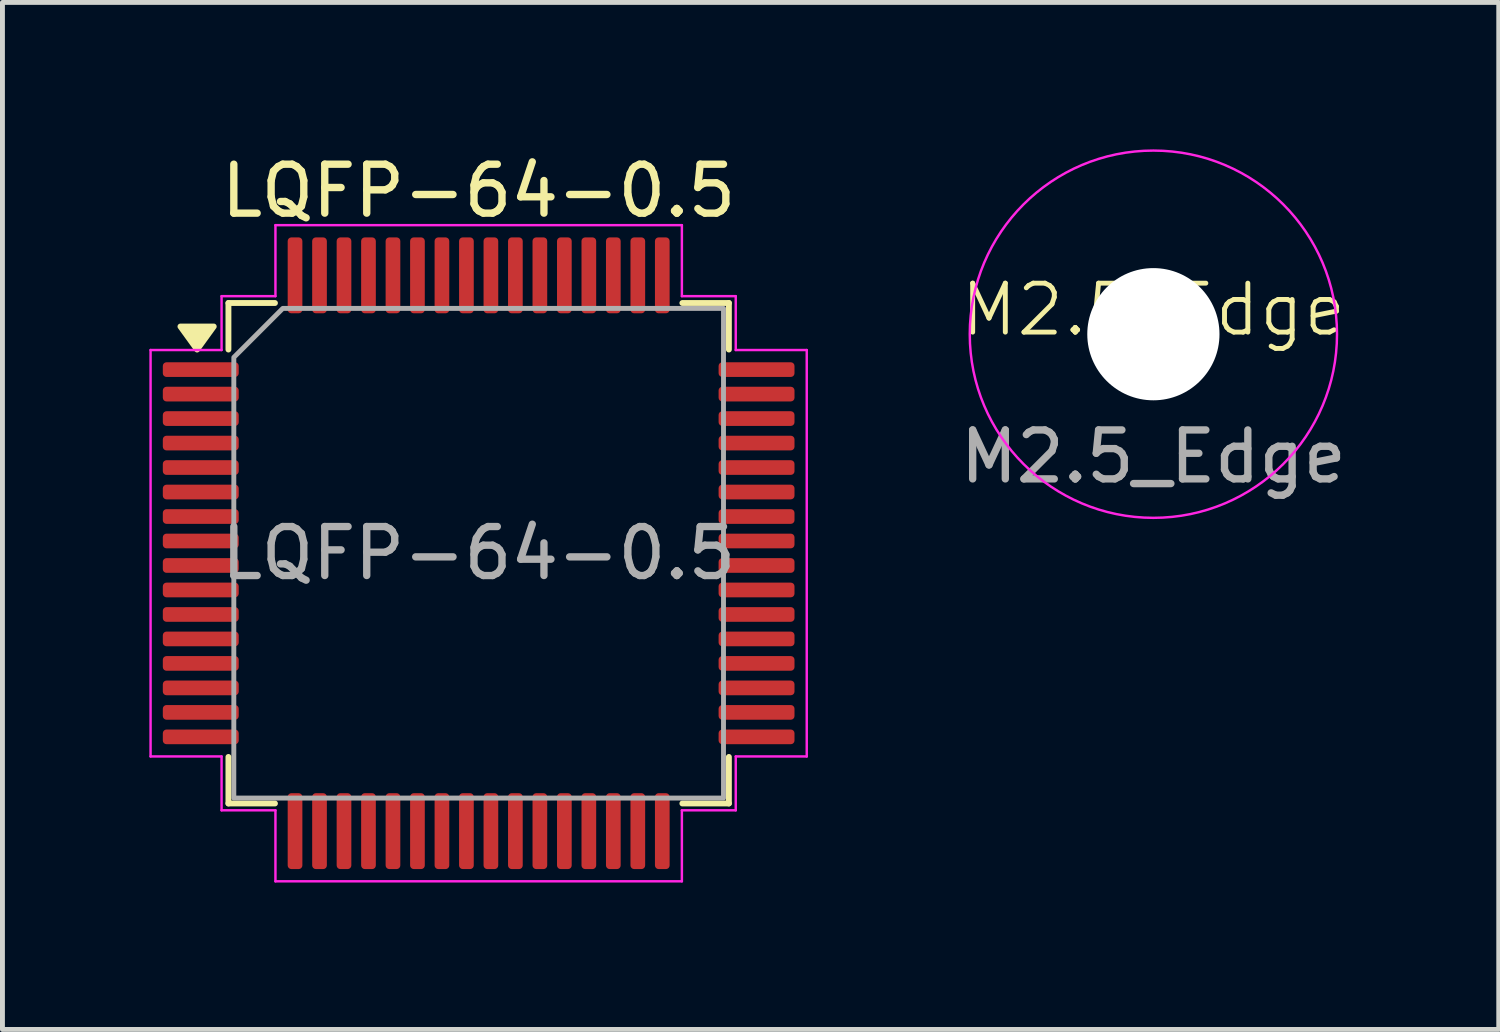
<source format=kicad_pcb>
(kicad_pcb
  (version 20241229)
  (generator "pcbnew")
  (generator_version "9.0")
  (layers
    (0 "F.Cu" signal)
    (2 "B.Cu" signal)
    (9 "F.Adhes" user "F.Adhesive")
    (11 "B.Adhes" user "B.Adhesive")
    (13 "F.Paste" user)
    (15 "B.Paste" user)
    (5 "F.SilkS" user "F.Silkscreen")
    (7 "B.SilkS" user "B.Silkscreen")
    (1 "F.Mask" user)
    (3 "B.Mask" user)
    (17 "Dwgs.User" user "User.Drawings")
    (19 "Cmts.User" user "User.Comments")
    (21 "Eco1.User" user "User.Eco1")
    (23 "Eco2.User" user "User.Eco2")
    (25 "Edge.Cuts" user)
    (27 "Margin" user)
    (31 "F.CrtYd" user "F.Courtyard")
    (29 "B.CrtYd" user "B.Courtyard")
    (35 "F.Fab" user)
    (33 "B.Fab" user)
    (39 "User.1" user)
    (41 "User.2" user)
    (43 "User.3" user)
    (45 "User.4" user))
  (footprint "M2.5_Edge"
    (layer "F.Cu")
    (at 20.504 3.775)
    (property "Reference" "M2.5_Edge" (at 0 -0.5 0) (unlocked yes) (layer "F.SilkS") (effects (font (size 1 1) (thickness 0.1))))
    (attr smd)
    (fp_circle (center 0 0) (end 3.75 0) (stroke (width 0.05) (type default)) (fill no) (layer "F.CrtYd"))
    (fp_text user "${REFERENCE}" (at 0 2.5 0) (unlocked yes) (layer "F.Fab") (effects (font (size 1 1) (thickness 0.15))))
    (pad "" np_thru_hole circle (at 0 0) (size 2.7 2.7) (drill 2.7) (layers "*.Cu" "*.Mask")))
  (footprint "LQFP-64-0.5"
    (layer "F.Cu")
    (at 6.725 8.248)
    (property "Reference" "LQFP-64-0.5" (at 0 -7.4 0) (layer "F.SilkS") (effects (font (size 1 1) (thickness 0.15))))
    (attr smd)
    (fp_line (start -5.11 -5.11) (end -4.16 -5.11) (stroke (width 0.12) (type solid)) (layer "F.SilkS"))
    (fp_line (start -5.11 -4.16) (end -5.11 -5.11) (stroke (width 0.12) (type solid)) (layer "F.SilkS"))
    (fp_line (start -5.11 5.11) (end -5.11 4.16) (stroke (width 0.12) (type solid)) (layer "F.SilkS"))
    (fp_line (start -4.16 5.11) (end -5.11 5.11) (stroke (width 0.12) (type solid)) (layer "F.SilkS"))
    (fp_line (start 4.16 -5.11) (end 5.11 -5.11) (stroke (width 0.12) (type solid)) (layer "F.SilkS"))
    (fp_line (start 5.11 -5.11) (end 5.11 -4.16) (stroke (width 0.12) (type solid)) (layer "F.SilkS"))
    (fp_line (start 5.11 4.16) (end 5.11 5.11) (stroke (width 0.12) (type solid)) (layer "F.SilkS"))
    (fp_line (start 5.11 5.11) (end 4.16 5.11) (stroke (width 0.12) (type solid)) (layer "F.SilkS"))
    (fp_poly (pts (xy -5.75 -4.16) (xy -6.09 -4.63) (xy -5.41 -4.63)) (stroke (width 0.12) (type solid)) (fill yes) (layer "F.SilkS"))
    (fp_rect (start -6.375 -3.675) (end -5.375 -3.825) (stroke (width 0.15) (type solid)) (fill yes) (layer "F.Paste"))
    (fp_rect (start -6.375 -3.175) (end -5.375 -3.325) (stroke (width 0.15) (type solid)) (fill yes) (layer "F.Paste"))
    (fp_rect (start -6.375 -2.675) (end -5.375 -2.825) (stroke (width 0.15) (type solid)) (fill yes) (layer "F.Paste"))
    (fp_rect (start -6.375 -2.175) (end -5.375 -2.325) (stroke (width 0.15) (type solid)) (fill yes) (layer "F.Paste"))
    (fp_rect (start -6.375 -1.675) (end -5.375 -1.825) (stroke (width 0.15) (type solid)) (fill yes) (layer "F.Paste"))
    (fp_rect (start -6.375 -1.175) (end -5.375 -1.325) (stroke (width 0.15) (type solid)) (fill yes) (layer "F.Paste"))
    (fp_rect (start -6.375 -0.675) (end -5.375 -0.825) (stroke (width 0.15) (type solid)) (fill yes) (layer "F.Paste"))
    (fp_rect (start -6.375 -0.175) (end -5.375 -0.325) (stroke (width 0.15) (type solid)) (fill yes) (layer "F.Paste"))
    (fp_rect (start -6.375 0.325) (end -5.375 0.175) (stroke (width 0.15) (type solid)) (fill yes) (layer "F.Paste"))
    (fp_rect (start -6.375 0.825) (end -5.375 0.675) (stroke (width 0.15) (type solid)) (fill yes) (layer "F.Paste"))
    (fp_rect (start -6.375 1.325) (end -5.375 1.175) (stroke (width 0.15) (type solid)) (fill yes) (layer "F.Paste"))
    (fp_rect (start -6.375 1.825) (end -5.375 1.675) (stroke (width 0.15) (type solid)) (fill yes) (layer "F.Paste"))
    (fp_rect (start -6.375 2.325) (end -5.375 2.175) (stroke (width 0.15) (type solid)) (fill yes) (layer "F.Paste"))
    (fp_rect (start -6.375 2.825) (end -5.375 2.675) (stroke (width 0.15) (type solid)) (fill yes) (layer "F.Paste"))
    (fp_rect (start -6.375 3.325) (end -5.375 3.175) (stroke (width 0.15) (type solid)) (fill yes) (layer "F.Paste"))
    (fp_rect (start -6.375 3.825) (end -5.375 3.675) (stroke (width 0.15) (type solid)) (fill yes) (layer "F.Paste"))
    (fp_rect (start -3.825 -6.375) (end -3.675 -5.375) (stroke (width 0.15) (type solid)) (fill yes) (layer "F.Paste"))
    (fp_rect (start -3.675 6.375) (end -3.825 5.375) (stroke (width 0.15) (type solid)) (fill yes) (layer "F.Paste"))
    (fp_rect (start -3.325 -6.375) (end -3.175 -5.375) (stroke (width 0.15) (type solid)) (fill yes) (layer "F.Paste"))
    (fp_rect (start -3.175 6.375) (end -3.325 5.375) (stroke (width 0.15) (type solid)) (fill yes) (layer "F.Paste"))
    (fp_rect (start -2.825 -6.375) (end -2.675 -5.375) (stroke (width 0.15) (type solid)) (fill yes) (layer "F.Paste"))
    (fp_rect (start -2.675 6.375) (end -2.825 5.375) (stroke (width 0.15) (type solid)) (fill yes) (layer "F.Paste"))
    (fp_rect (start -2.325 -6.375) (end -2.175 -5.375) (stroke (width 0.15) (type solid)) (fill yes) (layer "F.Paste"))
    (fp_rect (start -2.175 6.375) (end -2.325 5.375) (stroke (width 0.15) (type solid)) (fill yes) (layer "F.Paste"))
    (fp_rect (start -1.825 -6.375) (end -1.675 -5.375) (stroke (width 0.15) (type solid)) (fill yes) (layer "F.Paste"))
    (fp_rect (start -1.675 6.375) (end -1.825 5.375) (stroke (width 0.15) (type solid)) (fill yes) (layer "F.Paste"))
    (fp_rect (start -1.325 -6.375) (end -1.175 -5.375) (stroke (width 0.15) (type solid)) (fill yes) (layer "F.Paste"))
    (fp_rect (start -1.175 6.375) (end -1.325 5.375) (stroke (width 0.15) (type solid)) (fill yes) (layer "F.Paste"))
    (fp_rect (start -0.825 -6.375) (end -0.675 -5.375) (stroke (width 0.15) (type solid)) (fill yes) (layer "F.Paste"))
    (fp_rect (start -0.675 6.375) (end -0.825 5.375) (stroke (width 0.15) (type solid)) (fill yes) (layer "F.Paste"))
    (fp_rect (start -0.325 -6.375) (end -0.175 -5.375) (stroke (width 0.15) (type solid)) (fill yes) (layer "F.Paste"))
    (fp_rect (start -0.175 6.375) (end -0.325 5.375) (stroke (width 0.15) (type solid)) (fill yes) (layer "F.Paste"))
    (fp_rect (start 0.175 -6.375) (end 0.325 -5.375) (stroke (width 0.15) (type solid)) (fill yes) (layer "F.Paste"))
    (fp_rect (start 0.325 6.375) (end 0.175 5.375) (stroke (width 0.15) (type solid)) (fill yes) (layer "F.Paste"))
    (fp_rect (start 0.675 -6.375) (end 0.825 -5.375) (stroke (width 0.15) (type solid)) (fill yes) (layer "F.Paste"))
    (fp_rect (start 0.825 6.375) (end 0.675 5.375) (stroke (width 0.15) (type solid)) (fill yes) (layer "F.Paste"))
    (fp_rect (start 1.175 -6.375) (end 1.325 -5.375) (stroke (width 0.15) (type solid)) (fill yes) (layer "F.Paste"))
    (fp_rect (start 1.325 6.375) (end 1.175 5.375) (stroke (width 0.15) (type solid)) (fill yes) (layer "F.Paste"))
    (fp_rect (start 1.675 -6.375) (end 1.825 -5.375) (stroke (width 0.15) (type solid)) (fill yes) (layer "F.Paste"))
    (fp_rect (start 1.825 6.375) (end 1.675 5.375) (stroke (width 0.15) (type solid)) (fill yes) (layer "F.Paste"))
    (fp_rect (start 2.175 -6.375) (end 2.325 -5.375) (stroke (width 0.15) (type solid)) (fill yes) (layer "F.Paste"))
    (fp_rect (start 2.325 6.375) (end 2.175 5.375) (stroke (width 0.15) (type solid)) (fill yes) (layer "F.Paste"))
    (fp_rect (start 2.675 -6.375) (end 2.825 -5.375) (stroke (width 0.15) (type solid)) (fill yes) (layer "F.Paste"))
    (fp_rect (start 2.825 6.375) (end 2.675 5.375) (stroke (width 0.15) (type solid)) (fill yes) (layer "F.Paste"))
    (fp_rect (start 3.175 -6.375) (end 3.325 -5.375) (stroke (width 0.15) (type solid)) (fill yes) (layer "F.Paste"))
    (fp_rect (start 3.325 6.375) (end 3.175 5.375) (stroke (width 0.15) (type solid)) (fill yes) (layer "F.Paste"))
    (fp_rect (start 3.675 -6.375) (end 3.825 -5.375) (stroke (width 0.15) (type solid)) (fill yes) (layer "F.Paste"))
    (fp_rect (start 3.825 6.375) (end 3.675 5.375) (stroke (width 0.15) (type solid)) (fill yes) (layer "F.Paste"))
    (fp_rect (start 6.375 -3.825) (end 5.375 -3.675) (stroke (width 0.15) (type solid)) (fill yes) (layer "F.Paste"))
    (fp_rect (start 6.375 -3.325) (end 5.375 -3.175) (stroke (width 0.15) (type solid)) (fill yes) (layer "F.Paste"))
    (fp_rect (start 6.375 -2.825) (end 5.375 -2.675) (stroke (width 0.15) (type solid)) (fill yes) (layer "F.Paste"))
    (fp_rect (start 6.375 -2.325) (end 5.375 -2.175) (stroke (width 0.15) (type solid)) (fill yes) (layer "F.Paste"))
    (fp_rect (start 6.375 -1.825) (end 5.375 -1.675) (stroke (width 0.15) (type solid)) (fill yes) (layer "F.Paste"))
    (fp_rect (start 6.375 -1.325) (end 5.375 -1.175) (stroke (width 0.15) (type solid)) (fill yes) (layer "F.Paste"))
    (fp_rect (start 6.375 -0.825) (end 5.375 -0.675) (stroke (width 0.15) (type solid)) (fill yes) (layer "F.Paste"))
    (fp_rect (start 6.375 -0.325) (end 5.375 -0.175) (stroke (width 0.15) (type solid)) (fill yes) (layer "F.Paste"))
    (fp_rect (start 6.375 0.175) (end 5.375 0.325) (stroke (width 0.15) (type solid)) (fill yes) (layer "F.Paste"))
    (fp_rect (start 6.375 0.675) (end 5.375 0.825) (stroke (width 0.15) (type solid)) (fill yes) (layer "F.Paste"))
    (fp_rect (start 6.375 1.175) (end 5.375 1.325) (stroke (width 0.15) (type solid)) (fill yes) (layer "F.Paste"))
    (fp_rect (start 6.375 1.675) (end 5.375 1.825) (stroke (width 0.15) (type solid)) (fill yes) (layer "F.Paste"))
    (fp_rect (start 6.375 2.175) (end 5.375 2.325) (stroke (width 0.15) (type solid)) (fill yes) (layer "F.Paste"))
    (fp_rect (start 6.375 2.675) (end 5.375 2.825) (stroke (width 0.15) (type solid)) (fill yes) (layer "F.Paste"))
    (fp_rect (start 6.375 3.175) (end 5.375 3.325) (stroke (width 0.15) (type solid)) (fill yes) (layer "F.Paste"))
    (fp_rect (start 6.375 3.675) (end 5.375 3.825) (stroke (width 0.15) (type solid)) (fill yes) (layer "F.Paste"))
    (fp_line (start -6.7 -4.15) (end -5.25 -4.15) (stroke (width 0.05) (type solid)) (layer "F.CrtYd"))
    (fp_line (start -6.7 4.15) (end -6.7 -4.15) (stroke (width 0.05) (type solid)) (layer "F.CrtYd"))
    (fp_line (start -5.25 -5.25) (end -4.15 -5.25) (stroke (width 0.05) (type solid)) (layer "F.CrtYd"))
    (fp_line (start -5.25 -4.15) (end -5.25 -5.25) (stroke (width 0.05) (type solid)) (layer "F.CrtYd"))
    (fp_line (start -5.25 4.15) (end -6.7 4.15) (stroke (width 0.05) (type solid)) (layer "F.CrtYd"))
    (fp_line (start -5.25 5.25) (end -5.25 4.15) (stroke (width 0.05) (type solid)) (layer "F.CrtYd"))
    (fp_line (start -4.15 -6.7) (end 4.15 -6.7) (stroke (width 0.05) (type solid)) (layer "F.CrtYd"))
    (fp_line (start -4.15 -5.25) (end -4.15 -6.7) (stroke (width 0.05) (type solid)) (layer "F.CrtYd"))
    (fp_line (start -4.15 5.25) (end -5.25 5.25) (stroke (width 0.05) (type solid)) (layer "F.CrtYd"))
    (fp_line (start -4.15 6.7) (end -4.15 5.25) (stroke (width 0.05) (type solid)) (layer "F.CrtYd"))
    (fp_line (start 4.15 -6.7) (end 4.15 -5.25) (stroke (width 0.05) (type solid)) (layer "F.CrtYd"))
    (fp_line (start 4.15 -5.25) (end 5.25 -5.25) (stroke (width 0.05) (type solid)) (layer "F.CrtYd"))
    (fp_line (start 4.15 5.25) (end 4.15 6.7) (stroke (width 0.05) (type solid)) (layer "F.CrtYd"))
    (fp_line (start 4.15 6.7) (end -4.15 6.7) (stroke (width 0.05) (type solid)) (layer "F.CrtYd"))
    (fp_line (start 5.25 -5.25) (end 5.25 -4.15) (stroke (width 0.05) (type solid)) (layer "F.CrtYd"))
    (fp_line (start 5.25 -4.15) (end 6.7 -4.15) (stroke (width 0.05) (type solid)) (layer "F.CrtYd"))
    (fp_line (start 5.25 4.15) (end 5.25 5.25) (stroke (width 0.05) (type solid)) (layer "F.CrtYd"))
    (fp_line (start 5.25 5.25) (end 4.15 5.25) (stroke (width 0.05) (type solid)) (layer "F.CrtYd"))
    (fp_line (start 6.7 -4.15) (end 6.7 4.15) (stroke (width 0.05) (type solid)) (layer "F.CrtYd"))
    (fp_line (start 6.7 4.15) (end 5.25 4.15) (stroke (width 0.05) (type solid)) (layer "F.CrtYd"))
    (fp_poly (pts (xy -5 -4) (xy -5 5) (xy 5 5) (xy 5 -5) (xy -4 -5)) (stroke (width 0.1) (type solid)) (fill no) (layer "F.Fab"))
    (fp_text user "${REFERENCE}" (at 0 0 0) (layer "F.Fab") (effects (font (size 1 1) (thickness 0.15))))
    (pad "1" smd roundrect (at -5.675 -3.75) (size 1.55 0.3) (layers "F.Cu" "F.Mask") (roundrect_rratio 0.25))
    (pad "2" smd roundrect (at -5.675 -3.25) (size 1.55 0.3) (layers "F.Cu" "F.Mask") (roundrect_rratio 0.25))
    (pad "3" smd roundrect (at -5.675 -2.75) (size 1.55 0.3) (layers "F.Cu" "F.Mask") (roundrect_rratio 0.25))
    (pad "4" smd roundrect (at -5.675 -2.25) (size 1.55 0.3) (layers "F.Cu" "F.Mask") (roundrect_rratio 0.25))
    (pad "5" smd roundrect (at -5.675 -1.75) (size 1.55 0.3) (layers "F.Cu" "F.Mask") (roundrect_rratio 0.25))
    (pad "6" smd roundrect (at -5.675 -1.25) (size 1.55 0.3) (layers "F.Cu" "F.Mask") (roundrect_rratio 0.25))
    (pad "7" smd roundrect (at -5.675 -0.75) (size 1.55 0.3) (layers "F.Cu" "F.Mask") (roundrect_rratio 0.25))
    (pad "8" smd roundrect (at -5.675 -0.25) (size 1.55 0.3) (layers "F.Cu" "F.Mask") (roundrect_rratio 0.25))
    (pad "9" smd roundrect (at -5.675 0.25) (size 1.55 0.3) (layers "F.Cu" "F.Mask") (roundrect_rratio 0.25))
    (pad "10" smd roundrect (at -5.675 0.75) (size 1.55 0.3) (layers "F.Cu" "F.Mask") (roundrect_rratio 0.25))
    (pad "11" smd roundrect (at -5.675 1.25) (size 1.55 0.3) (layers "F.Cu" "F.Mask") (roundrect_rratio 0.25))
    (pad "12" smd roundrect (at -5.675 1.75) (size 1.55 0.3) (layers "F.Cu" "F.Mask") (roundrect_rratio 0.25))
    (pad "13" smd roundrect (at -5.675 2.25) (size 1.55 0.3) (layers "F.Cu" "F.Mask") (roundrect_rratio 0.25))
    (pad "14" smd roundrect (at -5.675 2.75) (size 1.55 0.3) (layers "F.Cu" "F.Mask") (roundrect_rratio 0.25))
    (pad "15" smd roundrect (at -5.675 3.25) (size 1.55 0.3) (layers "F.Cu" "F.Mask") (roundrect_rratio 0.25))
    (pad "16" smd roundrect (at -5.675 3.75) (size 1.55 0.3) (layers "F.Cu" "F.Mask") (roundrect_rratio 0.25))
    (pad "17" smd roundrect (at -3.75 5.675) (size 0.3 1.55) (layers "F.Cu" "F.Mask") (roundrect_rratio 0.25))
    (pad "18" smd roundrect (at -3.25 5.675) (size 0.3 1.55) (layers "F.Cu" "F.Mask") (roundrect_rratio 0.25))
    (pad "19" smd roundrect (at -2.75 5.675) (size 0.3 1.55) (layers "F.Cu" "F.Mask") (roundrect_rratio 0.25))
    (pad "20" smd roundrect (at -2.25 5.675) (size 0.3 1.55) (layers "F.Cu" "F.Mask") (roundrect_rratio 0.25))
    (pad "21" smd roundrect (at -1.75 5.675) (size 0.3 1.55) (layers "F.Cu" "F.Mask") (roundrect_rratio 0.25))
    (pad "22" smd roundrect (at -1.25 5.675) (size 0.3 1.55) (layers "F.Cu" "F.Mask") (roundrect_rratio 0.25))
    (pad "23" smd roundrect (at -0.75 5.675) (size 0.3 1.55) (layers "F.Cu" "F.Mask") (roundrect_rratio 0.25))
    (pad "24" smd roundrect (at -0.25 5.675) (size 0.3 1.55) (layers "F.Cu" "F.Mask") (roundrect_rratio 0.25))
    (pad "25" smd roundrect (at 0.25 5.675) (size 0.3 1.55) (layers "F.Cu" "F.Mask") (roundrect_rratio 0.25))
    (pad "26" smd roundrect (at 0.75 5.675) (size 0.3 1.55) (layers "F.Cu" "F.Mask") (roundrect_rratio 0.25))
    (pad "27" smd roundrect (at 1.25 5.675) (size 0.3 1.55) (layers "F.Cu" "F.Mask") (roundrect_rratio 0.25))
    (pad "28" smd roundrect (at 1.75 5.675) (size 0.3 1.55) (layers "F.Cu" "F.Mask") (roundrect_rratio 0.25))
    (pad "29" smd roundrect (at 2.25 5.675) (size 0.3 1.55) (layers "F.Cu" "F.Mask") (roundrect_rratio 0.25))
    (pad "30" smd roundrect (at 2.75 5.675) (size 0.3 1.55) (layers "F.Cu" "F.Mask") (roundrect_rratio 0.25))
    (pad "31" smd roundrect (at 3.25 5.675) (size 0.3 1.55) (layers "F.Cu" "F.Mask") (roundrect_rratio 0.25))
    (pad "32" smd roundrect (at 3.75 5.675) (size 0.3 1.55) (layers "F.Cu" "F.Mask") (roundrect_rratio 0.25))
    (pad "33" smd roundrect (at 5.675 3.75) (size 1.55 0.3) (layers "F.Cu" "F.Mask") (roundrect_rratio 0.25))
    (pad "34" smd roundrect (at 5.675 3.25) (size 1.55 0.3) (layers "F.Cu" "F.Mask") (roundrect_rratio 0.25))
    (pad "35" smd roundrect (at 5.675 2.75) (size 1.55 0.3) (layers "F.Cu" "F.Mask") (roundrect_rratio 0.25))
    (pad "36" smd roundrect (at 5.675 2.25) (size 1.55 0.3) (layers "F.Cu" "F.Mask") (roundrect_rratio 0.25))
    (pad "37" smd roundrect (at 5.675 1.75) (size 1.55 0.3) (layers "F.Cu" "F.Mask") (roundrect_rratio 0.25))
    (pad "38" smd roundrect (at 5.675 1.25) (size 1.55 0.3) (layers "F.Cu" "F.Mask") (roundrect_rratio 0.25))
    (pad "39" smd roundrect (at 5.675 0.75) (size 1.55 0.3) (layers "F.Cu" "F.Mask") (roundrect_rratio 0.25))
    (pad "40" smd roundrect (at 5.675 0.25) (size 1.55 0.3) (layers "F.Cu" "F.Mask") (roundrect_rratio 0.25))
    (pad "41" smd roundrect (at 5.675 -0.25) (size 1.55 0.3) (layers "F.Cu" "F.Mask") (roundrect_rratio 0.25))
    (pad "42" smd roundrect (at 5.675 -0.75) (size 1.55 0.3) (layers "F.Cu" "F.Mask") (roundrect_rratio 0.25))
    (pad "43" smd roundrect (at 5.675 -1.25) (size 1.55 0.3) (layers "F.Cu" "F.Mask") (roundrect_rratio 0.25))
    (pad "44" smd roundrect (at 5.675 -1.75) (size 1.55 0.3) (layers "F.Cu" "F.Mask") (roundrect_rratio 0.25))
    (pad "45" smd roundrect (at 5.675 -2.25) (size 1.55 0.3) (layers "F.Cu" "F.Mask") (roundrect_rratio 0.25))
    (pad "46" smd roundrect (at 5.675 -2.75) (size 1.55 0.3) (layers "F.Cu" "F.Mask") (roundrect_rratio 0.25))
    (pad "47" smd roundrect (at 5.675 -3.25) (size 1.55 0.3) (layers "F.Cu" "F.Mask") (roundrect_rratio 0.25))
    (pad "48" smd roundrect (at 5.675 -3.75) (size 1.55 0.3) (layers "F.Cu" "F.Mask") (roundrect_rratio 0.25))
    (pad "49" smd roundrect (at 3.75 -5.675) (size 0.3 1.55) (layers "F.Cu" "F.Mask") (roundrect_rratio 0.25))
    (pad "50" smd roundrect (at 3.25 -5.675) (size 0.3 1.55) (layers "F.Cu" "F.Mask") (roundrect_rratio 0.25))
    (pad "51" smd roundrect (at 2.75 -5.675) (size 0.3 1.55) (layers "F.Cu" "F.Mask") (roundrect_rratio 0.25))
    (pad "52" smd roundrect (at 2.25 -5.675) (size 0.3 1.55) (layers "F.Cu" "F.Mask") (roundrect_rratio 0.25))
    (pad "53" smd roundrect (at 1.75 -5.675) (size 0.3 1.55) (layers "F.Cu" "F.Mask") (roundrect_rratio 0.25))
    (pad "54" smd roundrect (at 1.25 -5.675) (size 0.3 1.55) (layers "F.Cu" "F.Mask") (roundrect_rratio 0.25))
    (pad "55" smd roundrect (at 0.75 -5.675) (size 0.3 1.55) (layers "F.Cu" "F.Mask") (roundrect_rratio 0.25))
    (pad "56" smd roundrect (at 0.25 -5.675) (size 0.3 1.55) (layers "F.Cu" "F.Mask") (roundrect_rratio 0.25))
    (pad "57" smd roundrect (at -0.25 -5.675) (size 0.3 1.55) (layers "F.Cu" "F.Mask") (roundrect_rratio 0.25))
    (pad "58" smd roundrect (at -0.75 -5.675) (size 0.3 1.55) (layers "F.Cu" "F.Mask") (roundrect_rratio 0.25))
    (pad "59" smd roundrect (at -1.25 -5.675) (size 0.3 1.55) (layers "F.Cu" "F.Mask") (roundrect_rratio 0.25))
    (pad "60" smd roundrect (at -1.75 -5.675) (size 0.3 1.55) (layers "F.Cu" "F.Mask") (roundrect_rratio 0.25))
    (pad "61" smd roundrect (at -2.25 -5.675) (size 0.3 1.55) (layers "F.Cu" "F.Mask") (roundrect_rratio 0.25))
    (pad "62" smd roundrect (at -2.75 -5.675) (size 0.3 1.55) (layers "F.Cu" "F.Mask") (roundrect_rratio 0.25))
    (pad "63" smd roundrect (at -3.25 -5.675) (size 0.3 1.55) (layers "F.Cu" "F.Mask") (roundrect_rratio 0.25))
    (pad "64" smd roundrect (at -3.75 -5.675) (size 0.3 1.55) (layers "F.Cu" "F.Mask") (roundrect_rratio 0.25)))
  (gr_rect
    (start -3 -3)
    (end 27.557 17.973)
    (stroke (width 0.1) (type default))
    (fill no)
    (layer "Edge.Cuts")))
</source>
